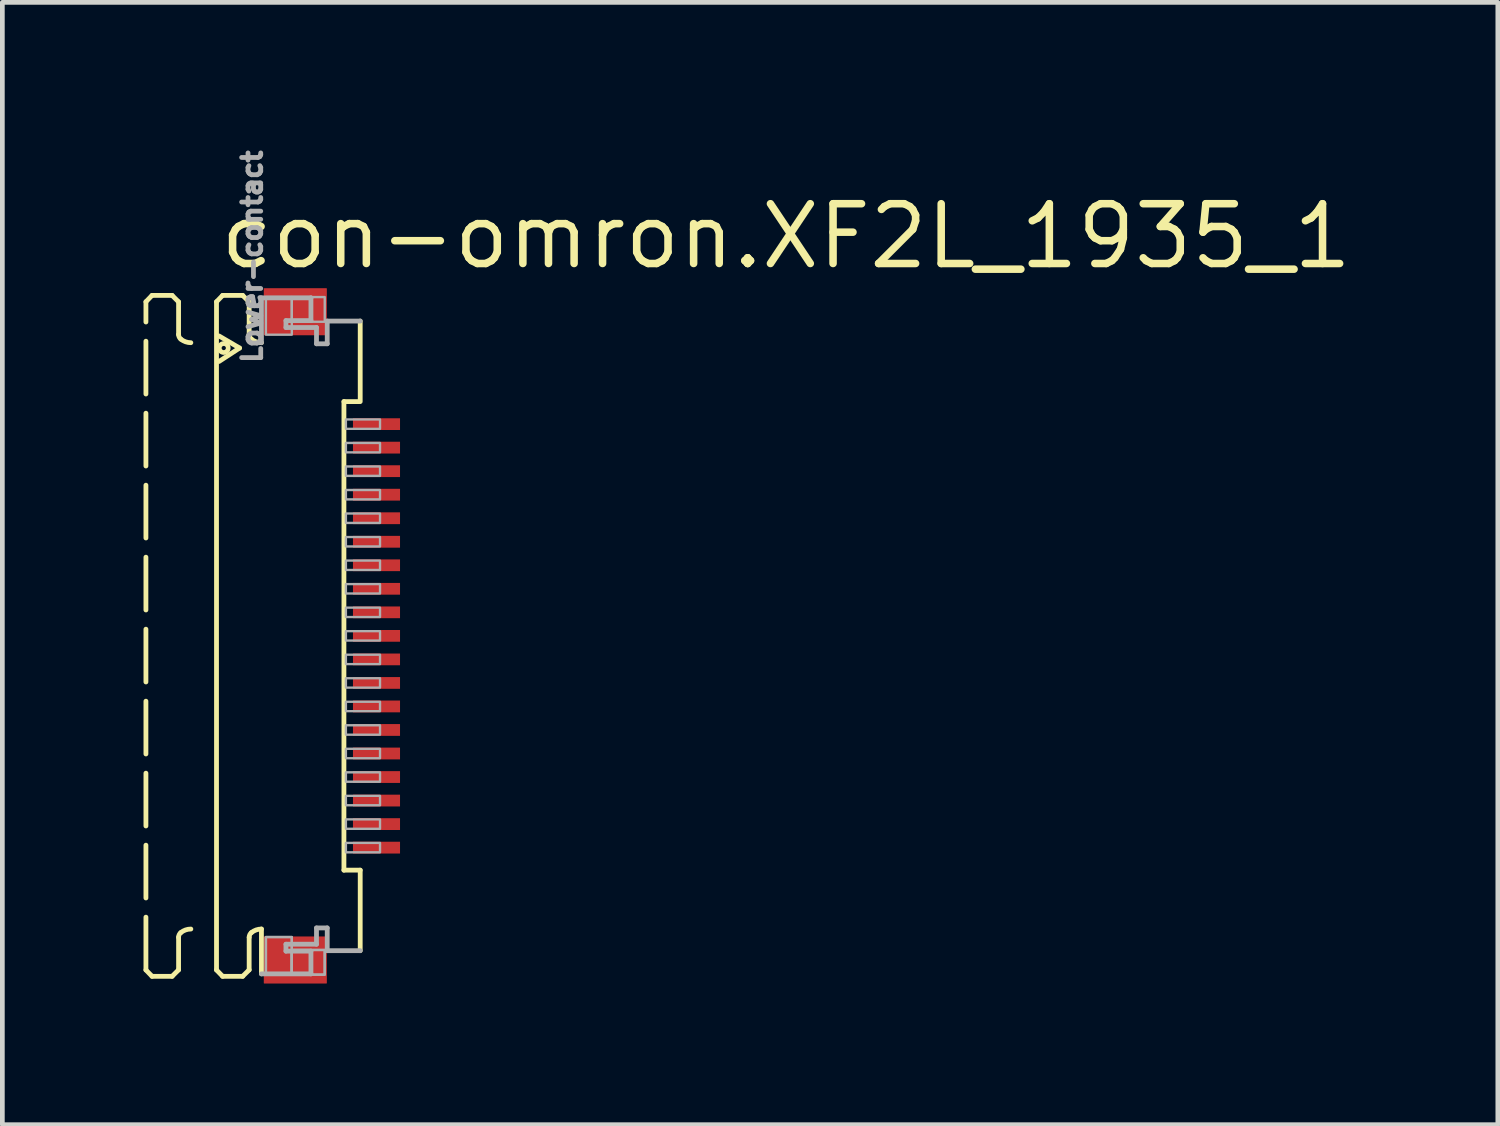
<source format=kicad_pcb>
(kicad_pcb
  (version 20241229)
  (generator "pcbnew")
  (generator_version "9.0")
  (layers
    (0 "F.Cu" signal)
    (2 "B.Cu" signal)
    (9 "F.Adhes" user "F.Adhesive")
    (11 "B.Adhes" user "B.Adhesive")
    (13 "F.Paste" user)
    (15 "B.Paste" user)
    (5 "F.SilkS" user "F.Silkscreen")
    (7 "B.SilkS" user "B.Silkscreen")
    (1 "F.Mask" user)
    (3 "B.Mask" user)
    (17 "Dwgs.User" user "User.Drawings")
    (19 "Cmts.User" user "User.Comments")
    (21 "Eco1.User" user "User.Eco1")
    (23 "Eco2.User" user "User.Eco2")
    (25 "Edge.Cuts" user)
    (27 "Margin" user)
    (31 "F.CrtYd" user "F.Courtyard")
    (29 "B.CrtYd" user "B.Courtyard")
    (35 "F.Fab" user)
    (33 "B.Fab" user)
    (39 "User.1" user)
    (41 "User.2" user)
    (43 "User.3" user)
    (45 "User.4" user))
  (footprint "con-omron.XF2L_1935_1"
    (layer "F.Cu")
    (at 3.046 10.463)
    (property "Reference" "con-omron.XF2L_1935_1" (at -1.5 -7.75 0) (layer "F.SilkS") (effects (font (size 1.27 1.27) (thickness 0.16)) (justify left bottom)))
    (attr smd)
    (fp_rect (start 1.355 -4.325) (end 2.455 -4.675) (stroke (width 0.05) (type default)) (fill yes) (layer "F.Mask"))
    (fp_rect (start 1.355 -3.825) (end 2.455 -4.175) (stroke (width 0.05) (type default)) (fill yes) (layer "F.Mask"))
    (fp_rect (start 1.355 -3.325) (end 2.455 -3.675) (stroke (width 0.05) (type default)) (fill yes) (layer "F.Mask"))
    (fp_rect (start 1.355 -2.825) (end 2.455 -3.175) (stroke (width 0.05) (type default)) (fill yes) (layer "F.Mask"))
    (fp_rect (start 1.355 -2.325) (end 2.455 -2.675) (stroke (width 0.05) (type default)) (fill yes) (layer "F.Mask"))
    (fp_rect (start 1.355 -1.825) (end 2.455 -2.175) (stroke (width 0.05) (type default)) (fill yes) (layer "F.Mask"))
    (fp_rect (start 1.355 -1.325) (end 2.455 -1.675) (stroke (width 0.05) (type default)) (fill yes) (layer "F.Mask"))
    (fp_rect (start 1.355 -0.825) (end 2.455 -1.175) (stroke (width 0.05) (type default)) (fill yes) (layer "F.Mask"))
    (fp_rect (start 1.355 -0.325) (end 2.455 -0.675) (stroke (width 0.05) (type default)) (fill yes) (layer "F.Mask"))
    (fp_rect (start 1.355 0.175) (end 2.455 -0.175) (stroke (width 0.05) (type default)) (fill yes) (layer "F.Mask"))
    (fp_rect (start 1.355 0.675) (end 2.455 0.325) (stroke (width 0.05) (type default)) (fill yes) (layer "F.Mask"))
    (fp_rect (start 1.355 1.175) (end 2.455 0.825) (stroke (width 0.05) (type default)) (fill yes) (layer "F.Mask"))
    (fp_rect (start 1.355 1.675) (end 2.455 1.325) (stroke (width 0.05) (type default)) (fill yes) (layer "F.Mask"))
    (fp_rect (start 1.355 2.175) (end 2.455 1.825) (stroke (width 0.05) (type default)) (fill yes) (layer "F.Mask"))
    (fp_rect (start 1.355 2.675) (end 2.455 2.325) (stroke (width 0.05) (type default)) (fill yes) (layer "F.Mask"))
    (fp_rect (start 1.355 3.175) (end 2.455 2.825) (stroke (width 0.05) (type default)) (fill yes) (layer "F.Mask"))
    (fp_rect (start 1.355 3.675) (end 2.455 3.325) (stroke (width 0.05) (type default)) (fill yes) (layer "F.Mask"))
    (fp_rect (start 1.355 4.175) (end 2.455 3.825) (stroke (width 0.05) (type default)) (fill yes) (layer "F.Mask"))
    (fp_rect (start 1.355 4.675) (end 2.455 4.325) (stroke (width 0.05) (type default)) (fill yes) (layer "F.Mask"))
    (fp_line (start -2.995 -7.1) (end -2.865 -7.235) (stroke (width 0.102) (type default)) (layer "F.SilkS"))
    (fp_line (start -2.995 7.1) (end -2.995 -7.1) (stroke (width 0.102) (type dash)) (layer "F.SilkS"))
    (fp_line (start -2.995 7.1) (end -2.865 7.235) (stroke (width 0.102) (type default)) (layer "F.SilkS"))
    (fp_line (start -2.865 -7.235) (end -2.438 -7.235) (stroke (width 0.102) (type dash)) (layer "F.SilkS"))
    (fp_line (start -2.865 7.235) (end -2.438 7.235) (stroke (width 0.102) (type dash)) (layer "F.SilkS"))
    (fp_line (start -2.438 -7.235) (end -2.301 -7.098) (stroke (width 0.102) (type default)) (layer "F.SilkS"))
    (fp_line (start -2.438 7.235) (end -2.301 7.098) (stroke (width 0.102) (type default)) (layer "F.SilkS"))
    (fp_line (start -2.301 -7.098) (end -2.301 -6.406) (stroke (width 0.102) (type dash)) (layer "F.SilkS"))
    (fp_line (start -2.301 7.098) (end -2.301 6.406) (stroke (width 0.102) (type dash)) (layer "F.SilkS"))
    (fp_line (start -1.495 -7.1) (end -1.365 -7.235) (stroke (width 0.102) (type default)) (layer "F.SilkS"))
    (fp_line (start -1.495 7.1) (end -1.495 -7.1) (stroke (width 0.102) (type default)) (layer "F.SilkS"))
    (fp_line (start -1.495 7.1) (end -1.365 7.235) (stroke (width 0.102) (type default)) (layer "F.SilkS"))
    (fp_line (start -1.441 -6.373) (end -1.005 -6.117) (stroke (width 0.102) (type default)) (layer "F.SilkS"))
    (fp_line (start -1.365 -7.235) (end -0.939 -7.235) (stroke (width 0.102) (type default)) (layer "F.SilkS"))
    (fp_line (start -1.365 7.235) (end -0.939 7.235) (stroke (width 0.102) (type default)) (layer "F.SilkS"))
    (fp_line (start -1.005 -6.117) (end -1.441 -5.832) (stroke (width 0.102) (type default)) (layer "F.SilkS"))
    (fp_line (start -0.939 -7.235) (end -0.801 -7.098) (stroke (width 0.102) (type default)) (layer "F.SilkS"))
    (fp_line (start -0.939 7.235) (end -0.801 7.098) (stroke (width 0.102) (type default)) (layer "F.SilkS"))
    (fp_line (start -0.801 -7.098) (end -0.801 -6.406) (stroke (width 0.102) (type default)) (layer "F.SilkS"))
    (fp_line (start -0.801 7.098) (end -0.801 6.406) (stroke (width 0.102) (type default)) (layer "F.SilkS"))
    (fp_line (start -0.54 6.23) (end -0.54 7.183) (stroke (width 0.102) (type default)) (layer "F.SilkS"))
    (fp_line (start 1.213 4.979) (end 1.213 -4.979) (stroke (width 0.102) (type default)) (layer "F.SilkS"))
    (fp_line (start 1.538 -4.979) (end 1.213 -4.979) (stroke (width 0.102) (type default)) (layer "F.SilkS"))
    (fp_line (start 1.559 -6.69) (end 1.559 -4.979) (stroke (width 0.102) (type default)) (layer "F.SilkS"))
    (fp_line (start 1.559 4.979) (end 1.213 4.979) (stroke (width 0.102) (type default)) (layer "F.SilkS"))
    (fp_line (start 1.559 6.69) (end 1.559 4.979) (stroke (width 0.102) (type default)) (layer "F.SilkS"))
    (fp_arc (start -2.301 6.4057) (mid -2.288538 6.350596) (end -2.2536 6.3062) (stroke (width 0.1016) (type default)) (layer "F.SilkS"))
    (fp_arc (start -2.2536 -6.3062) (mid -2.288538 -6.350596) (end -2.301 -6.4057) (stroke (width 0.1016) (type default)) (layer "F.SilkS"))
    (fp_arc (start -2.2536 6.3062) (mid -2.153476 6.249936) (end -2.0403 6.2304) (stroke (width 0.1016) (type default)) (layer "F.SilkS"))
    (fp_arc (start -2.0403 -6.2304) (mid -2.153476 -6.249936) (end -2.2536 -6.3062) (stroke (width 0.1016) (type default)) (layer "F.SilkS"))
    (fp_arc (start -0.801 6.4057) (mid -0.788538 6.350596) (end -0.7536 6.3062) (stroke (width 0.1016) (type default)) (layer "F.SilkS"))
    (fp_arc (start -0.7536 -6.3062) (mid -0.788538 -6.350596) (end -0.801 -6.4057) (stroke (width 0.1016) (type default)) (layer "F.SilkS"))
    (fp_arc (start -0.7536 6.3062) (mid -0.653476 6.249936) (end -0.5403 6.2304) (stroke (width 0.1016) (type default)) (layer "F.SilkS"))
    (fp_arc (start -0.5403 -6.2304) (mid -0.653476 -6.249936) (end -0.7536 -6.3062) (stroke (width 0.1016) (type default)) (layer "F.SilkS"))
    (fp_circle (center -1.341 -6.117) (end -1.246 -6.117) (stroke (width 0.1) (type default)) (fill no) (layer "F.SilkS"))
    (fp_line (start -0.54 -7.183) (end 0.512 -7.183) (stroke (width 0.102) (type default)) (layer "F.Fab"))
    (fp_line (start -0.54 -6.23) (end -0.54 -7.183) (stroke (width 0.102) (type default)) (layer "F.Fab"))
    (fp_line (start -0.54 7.183) (end 0.512 7.183) (stroke (width 0.102) (type default)) (layer "F.Fab"))
    (fp_line (start -0.019 -6.7) (end -0.019 -6.553) (stroke (width 0.102) (type default)) (layer "F.Fab"))
    (fp_line (start -0.019 -6.553) (end 0.63 -6.553) (stroke (width 0.102) (type default)) (layer "F.Fab"))
    (fp_line (start -0.019 6.553) (end 0.63 6.553) (stroke (width 0.102) (type default)) (layer "F.Fab"))
    (fp_line (start -0.019 6.7) (end -0.019 6.553) (stroke (width 0.102) (type default)) (layer "F.Fab"))
    (fp_line (start 0.512 -7.183) (end 0.512 -6.7) (stroke (width 0.102) (type default)) (layer "F.Fab"))
    (fp_line (start 0.512 -6.7) (end -0.019 -6.7) (stroke (width 0.102) (type default)) (layer "F.Fab"))
    (fp_line (start 0.512 6.7) (end -0.019 6.7) (stroke (width 0.102) (type default)) (layer "F.Fab"))
    (fp_line (start 0.512 7.183) (end 0.512 6.7) (stroke (width 0.102) (type default)) (layer "F.Fab"))
    (fp_line (start 0.63 -6.553) (end 0.63 -6.207) (stroke (width 0.102) (type default)) (layer "F.Fab"))
    (fp_line (start 0.63 -6.207) (end 0.858 -6.207) (stroke (width 0.102) (type default)) (layer "F.Fab"))
    (fp_line (start 0.63 6.207) (end 0.858 6.207) (stroke (width 0.102) (type default)) (layer "F.Fab"))
    (fp_line (start 0.63 6.553) (end 0.63 6.207) (stroke (width 0.102) (type default)) (layer "F.Fab"))
    (fp_line (start 0.858 -6.69) (end 1.559 -6.69) (stroke (width 0.102) (type default)) (layer "F.Fab"))
    (fp_line (start 0.858 -6.207) (end 0.858 -6.69) (stroke (width 0.102) (type default)) (layer "F.Fab"))
    (fp_line (start 0.858 6.207) (end 0.858 6.69) (stroke (width 0.102) (type default)) (layer "F.Fab"))
    (fp_line (start 0.858 6.69) (end 1.559 6.69) (stroke (width 0.102) (type default)) (layer "F.Fab"))
    (fp_rect (start -0.445 -6.4) (end 0.105 -7.2) (stroke (width 0.05) (type default)) (fill no) (layer "F.Fab"))
    (fp_rect (start -0.445 7.2) (end 0.105 6.4) (stroke (width 0.05) (type default)) (fill no) (layer "F.Fab"))
    (fp_rect (start -0.445 7.2) (end 0.105 6.4) (stroke (width 0.05) (type default)) (fill no) (layer "F.Fab"))
    (fp_rect (start 0.105 -6.675) (end 0.805 -7.2) (stroke (width 0.05) (type default)) (fill no) (layer "F.Fab"))
    (fp_rect (start 0.105 7.2) (end 0.805 6.675) (stroke (width 0.05) (type default)) (fill no) (layer "F.Fab"))
    (fp_rect (start 0.105 7.2) (end 0.805 6.675) (stroke (width 0.05) (type default)) (fill no) (layer "F.Fab"))
    (fp_rect (start 1.255 -4.4) (end 1.98 -4.6) (stroke (width 0.05) (type default)) (fill no) (layer "F.Fab"))
    (fp_rect (start 1.255 -3.9) (end 1.98 -4.1) (stroke (width 0.05) (type default)) (fill no) (layer "F.Fab"))
    (fp_rect (start 1.255 -3.4) (end 1.98 -3.6) (stroke (width 0.05) (type default)) (fill no) (layer "F.Fab"))
    (fp_rect (start 1.255 -2.9) (end 1.98 -3.1) (stroke (width 0.05) (type default)) (fill no) (layer "F.Fab"))
    (fp_rect (start 1.255 -2.4) (end 1.98 -2.6) (stroke (width 0.05) (type default)) (fill no) (layer "F.Fab"))
    (fp_rect (start 1.255 -1.9) (end 1.98 -2.1) (stroke (width 0.05) (type default)) (fill no) (layer "F.Fab"))
    (fp_rect (start 1.255 -1.4) (end 1.98 -1.6) (stroke (width 0.05) (type default)) (fill no) (layer "F.Fab"))
    (fp_rect (start 1.255 -0.9) (end 1.98 -1.1) (stroke (width 0.05) (type default)) (fill no) (layer "F.Fab"))
    (fp_rect (start 1.255 -0.4) (end 1.98 -0.6) (stroke (width 0.05) (type default)) (fill no) (layer "F.Fab"))
    (fp_rect (start 1.255 0.1) (end 1.98 -0.1) (stroke (width 0.05) (type default)) (fill no) (layer "F.Fab"))
    (fp_rect (start 1.255 0.6) (end 1.98 0.4) (stroke (width 0.05) (type default)) (fill no) (layer "F.Fab"))
    (fp_rect (start 1.255 1.1) (end 1.98 0.9) (stroke (width 0.05) (type default)) (fill no) (layer "F.Fab"))
    (fp_rect (start 1.255 1.6) (end 1.98 1.4) (stroke (width 0.05) (type default)) (fill no) (layer "F.Fab"))
    (fp_rect (start 1.255 2.1) (end 1.98 1.9) (stroke (width 0.05) (type default)) (fill no) (layer "F.Fab"))
    (fp_rect (start 1.255 2.6) (end 1.98 2.4) (stroke (width 0.05) (type default)) (fill no) (layer "F.Fab"))
    (fp_rect (start 1.255 3.1) (end 1.98 2.9) (stroke (width 0.05) (type default)) (fill no) (layer "F.Fab"))
    (fp_rect (start 1.255 3.6) (end 1.98 3.4) (stroke (width 0.05) (type default)) (fill no) (layer "F.Fab"))
    (fp_rect (start 1.255 4.1) (end 1.98 3.9) (stroke (width 0.05) (type default)) (fill no) (layer "F.Fab"))
    (fp_rect (start 1.255 4.6) (end 1.98 4.4) (stroke (width 0.05) (type default)) (fill no) (layer "F.Fab"))
    (fp_text user "Lower-contact" (at -0.5 -5.75 270) (layer "F.Fab") (effects (font (size 0.406 0.406) (thickness 0.15)) (justify left bottom)))
    (pad "1" smd roundrect (at 1.905 -4.5) (size 1 0.25) (layers "F.Cu" "F.Mask" "F.Paste") (roundrect_rratio 0.01))
    (pad "2" smd roundrect (at 1.905 -4) (size 1 0.25) (layers "F.Cu" "F.Mask" "F.Paste") (roundrect_rratio 0.01))
    (pad "3" smd roundrect (at 1.905 -3.5) (size 1 0.25) (layers "F.Cu" "F.Mask" "F.Paste") (roundrect_rratio 0.01))
    (pad "4" smd roundrect (at 1.905 -3) (size 1 0.25) (layers "F.Cu" "F.Mask" "F.Paste") (roundrect_rratio 0.01))
    (pad "5" smd roundrect (at 1.905 -2.5) (size 1 0.25) (layers "F.Cu" "F.Mask" "F.Paste") (roundrect_rratio 0.01))
    (pad "6" smd roundrect (at 1.905 -2) (size 1 0.25) (layers "F.Cu" "F.Mask" "F.Paste") (roundrect_rratio 0.01))
    (pad "7" smd roundrect (at 1.905 -1.5) (size 1 0.25) (layers "F.Cu" "F.Mask" "F.Paste") (roundrect_rratio 0.01))
    (pad "8" smd roundrect (at 1.905 -1) (size 1 0.25) (layers "F.Cu" "F.Mask" "F.Paste") (roundrect_rratio 0.01))
    (pad "9" smd roundrect (at 1.905 -0.5) (size 1 0.25) (layers "F.Cu" "F.Mask" "F.Paste") (roundrect_rratio 0.01))
    (pad "10" smd roundrect (at 1.905 0) (size 1 0.25) (layers "F.Cu" "F.Mask" "F.Paste") (roundrect_rratio 0.01))
    (pad "11" smd roundrect (at 1.905 0.5) (size 1 0.25) (layers "F.Cu" "F.Mask" "F.Paste") (roundrect_rratio 0.01))
    (pad "12" smd roundrect (at 1.905 1) (size 1 0.25) (layers "F.Cu" "F.Mask" "F.Paste") (roundrect_rratio 0.01))
    (pad "13" smd roundrect (at 1.905 1.5) (size 1 0.25) (layers "F.Cu" "F.Mask" "F.Paste") (roundrect_rratio 0.01))
    (pad "14" smd roundrect (at 1.905 2) (size 1 0.25) (layers "F.Cu" "F.Mask" "F.Paste") (roundrect_rratio 0.01))
    (pad "15" smd roundrect (at 1.905 2.5) (size 1 0.25) (layers "F.Cu" "F.Mask" "F.Paste") (roundrect_rratio 0.01))
    (pad "16" smd roundrect (at 1.905 3) (size 1 0.25) (layers "F.Cu" "F.Mask" "F.Paste") (roundrect_rratio 0.01))
    (pad "17" smd roundrect (at 1.905 3.5) (size 1 0.25) (layers "F.Cu" "F.Mask" "F.Paste") (roundrect_rratio 0.01))
    (pad "18" smd roundrect (at 1.905 4) (size 1 0.25) (layers "F.Cu" "F.Mask" "F.Paste") (roundrect_rratio 0.01))
    (pad "19" smd roundrect (at 1.905 4.5) (size 1 0.25) (layers "F.Cu" "F.Mask" "F.Paste") (roundrect_rratio 0.01))
    (pad "M1" smd roundrect (at 0.18 -6.888) (size 1.34 1) (layers "F.Cu" "F.Mask" "F.Paste") (roundrect_rratio 0.01))
    (pad "M2" smd roundrect (at 0.18 6.888) (size 1.34 1) (layers "F.Cu" "F.Mask" "F.Paste") (roundrect_rratio 0.01)))
  (gr_rect
    (start -3 -3)
    (end 28.781 20.851)
    (stroke (width 0.1) (type default))
    (fill no)
    (layer "Edge.Cuts")))
</source>
